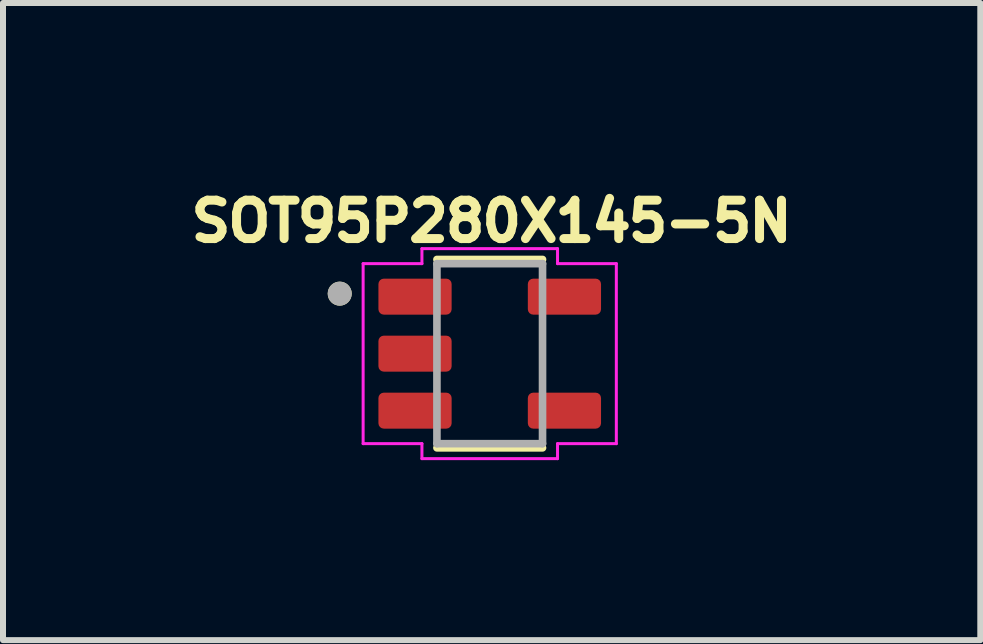
<source format=kicad_pcb>
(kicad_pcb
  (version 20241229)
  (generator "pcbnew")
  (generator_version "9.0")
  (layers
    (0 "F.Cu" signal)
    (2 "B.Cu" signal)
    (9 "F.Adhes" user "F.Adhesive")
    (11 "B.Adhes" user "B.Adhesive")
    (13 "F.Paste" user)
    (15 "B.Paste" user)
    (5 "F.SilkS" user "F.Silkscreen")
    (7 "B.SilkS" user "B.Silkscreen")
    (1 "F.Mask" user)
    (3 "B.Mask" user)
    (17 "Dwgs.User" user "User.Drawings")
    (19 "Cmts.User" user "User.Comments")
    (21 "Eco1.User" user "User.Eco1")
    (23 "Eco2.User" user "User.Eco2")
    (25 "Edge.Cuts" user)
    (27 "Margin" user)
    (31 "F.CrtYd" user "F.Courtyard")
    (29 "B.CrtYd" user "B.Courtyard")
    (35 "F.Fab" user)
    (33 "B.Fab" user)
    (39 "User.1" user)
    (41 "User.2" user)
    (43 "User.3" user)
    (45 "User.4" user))
  (footprint "SOT95P280X145-5N"
    (layer "F.Cu")
    (at 5.112 2.844)
    (property "Reference" "SOT95P280X145-5N" (at 0.032 -2.206 0) (layer "F.SilkS") (effects (font (size 0.64 0.64) (thickness 0.15))))
    (attr through_hole)
    (fp_line (start -0.88 -1.57) (end 0.88 -1.57) (stroke (width 0.127) (type solid)) (layer "F.SilkS"))
    (fp_line (start -0.88 1.57) (end 0.88 1.57) (stroke (width 0.127) (type solid)) (layer "F.SilkS"))
    (fp_circle (center -2.5 -1) (end -2.4 -1) (stroke (width 0.2) (type solid)) (fill no) (layer "F.SilkS"))
    (fp_line (start -2.11 -1.5) (end -2.11 1.5) (stroke (width 0.05) (type solid)) (layer "F.CrtYd"))
    (fp_line (start -2.11 -1.5) (end -1.13 -1.5) (stroke (width 0.05) (type solid)) (layer "F.CrtYd"))
    (fp_line (start -1.13 -1.75) (end 1.13 -1.75) (stroke (width 0.05) (type solid)) (layer "F.CrtYd"))
    (fp_line (start -1.13 -1.5) (end -1.13 -1.75) (stroke (width 0.05) (type solid)) (layer "F.CrtYd"))
    (fp_line (start -1.13 1.5) (end -2.11 1.5) (stroke (width 0.05) (type solid)) (layer "F.CrtYd"))
    (fp_line (start -1.13 1.75) (end -1.13 1.5) (stroke (width 0.05) (type solid)) (layer "F.CrtYd"))
    (fp_line (start 1.13 -1.75) (end 1.13 -1.5) (stroke (width 0.05) (type solid)) (layer "F.CrtYd"))
    (fp_line (start 1.13 -1.5) (end 2.11 -1.5) (stroke (width 0.05) (type solid)) (layer "F.CrtYd"))
    (fp_line (start 1.13 1.5) (end 1.13 1.75) (stroke (width 0.05) (type solid)) (layer "F.CrtYd"))
    (fp_line (start 1.13 1.75) (end -1.13 1.75) (stroke (width 0.05) (type solid)) (layer "F.CrtYd"))
    (fp_line (start 2.11 1.5) (end 1.13 1.5) (stroke (width 0.05) (type solid)) (layer "F.CrtYd"))
    (fp_line (start 2.11 1.5) (end 2.11 -1.5) (stroke (width 0.05) (type solid)) (layer "F.CrtYd"))
    (fp_line (start -0.88 -1.5) (end 0.88 -1.5) (stroke (width 0.127) (type solid)) (layer "F.Fab"))
    (fp_line (start -0.88 1.5) (end -0.88 -1.5) (stroke (width 0.127) (type solid)) (layer "F.Fab"))
    (fp_line (start 0.88 -1.5) (end 0.88 1.5) (stroke (width 0.127) (type solid)) (layer "F.Fab"))
    (fp_line (start 0.88 1.5) (end -0.88 1.5) (stroke (width 0.127) (type solid)) (layer "F.Fab"))
    (fp_circle (center -2.5 -1) (end -2.4 -1) (stroke (width 0.2) (type solid)) (fill no) (layer "F.Fab"))
    (pad "1" smd roundrect (at -1.245 -0.95) (size 1.22 0.6) (layers "F.Cu" "F.Mask" "F.Paste") (roundrect_rratio 0.15))
    (pad "2" smd roundrect (at -1.245 0) (size 1.22 0.6) (layers "F.Cu" "F.Mask" "F.Paste") (roundrect_rratio 0.15))
    (pad "3" smd roundrect (at -1.245 0.95) (size 1.22 0.6) (layers "F.Cu" "F.Mask" "F.Paste") (roundrect_rratio 0.15))
    (pad "4" smd roundrect (at 1.245 0.95) (size 1.22 0.6) (layers "F.Cu" "F.Mask" "F.Paste") (roundrect_rratio 0.15))
    (pad "5" smd roundrect (at 1.245 -0.95) (size 1.22 0.6) (layers "F.Cu" "F.Mask" "F.Paste") (roundrect_rratio 0.15)))
  (gr_rect
    (start -3 -3)
    (end 13.288 7.619)
    (stroke (width 0.1) (type default))
    (fill no)
    (layer "Edge.Cuts")))
</source>
